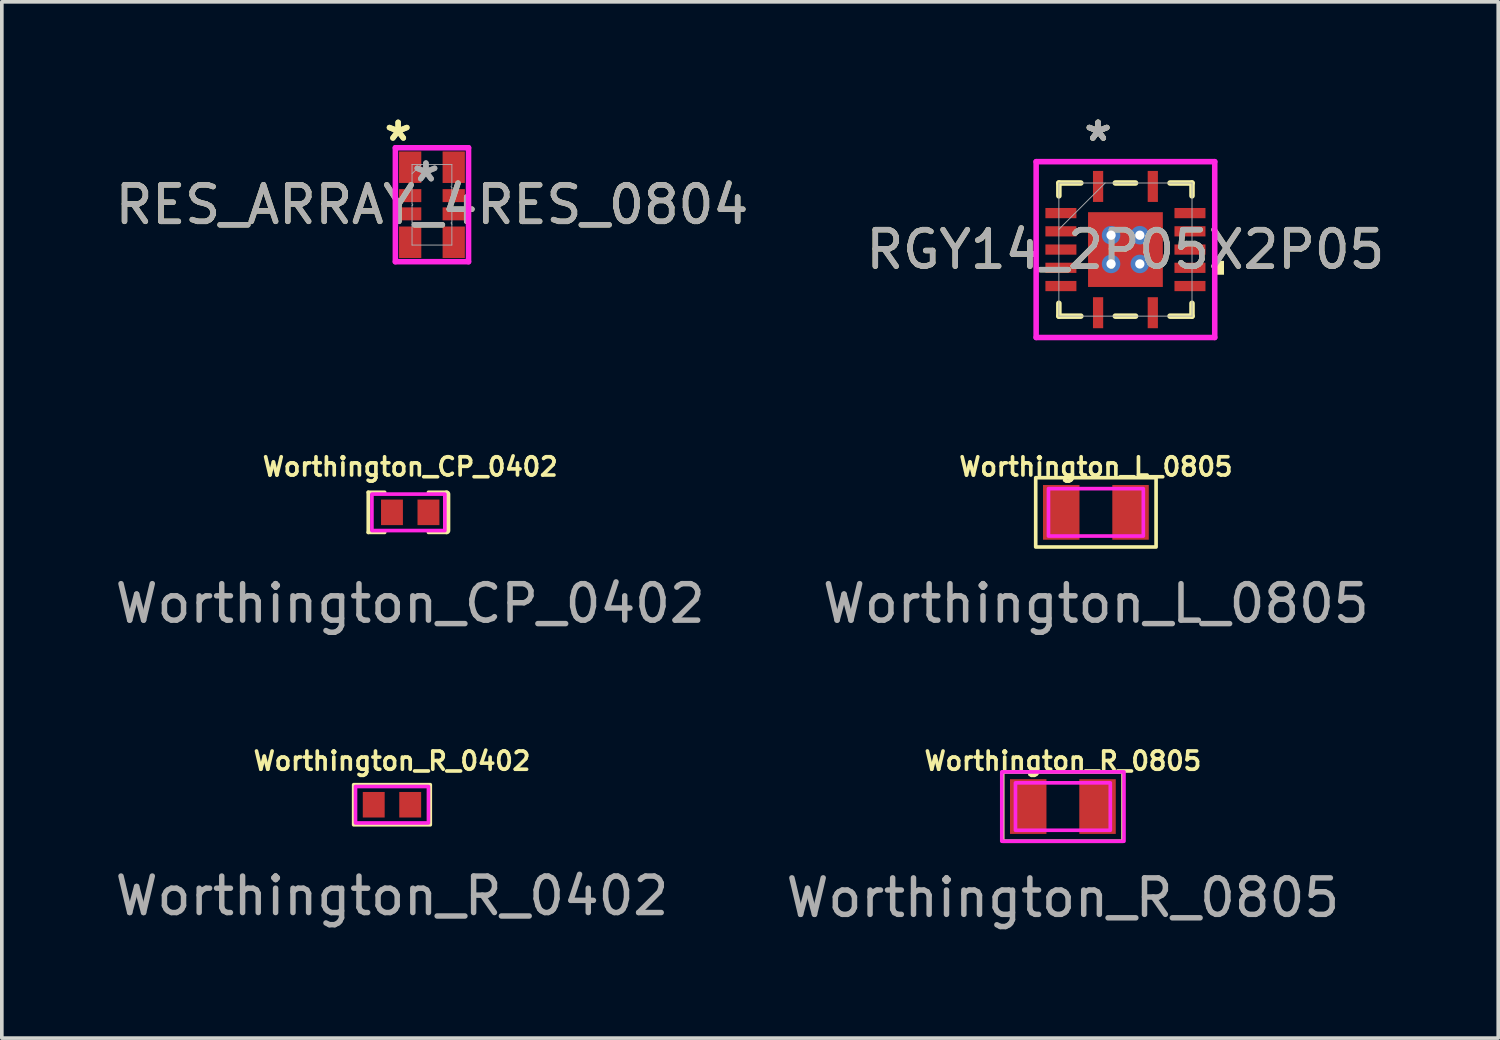
<source format=kicad_pcb>
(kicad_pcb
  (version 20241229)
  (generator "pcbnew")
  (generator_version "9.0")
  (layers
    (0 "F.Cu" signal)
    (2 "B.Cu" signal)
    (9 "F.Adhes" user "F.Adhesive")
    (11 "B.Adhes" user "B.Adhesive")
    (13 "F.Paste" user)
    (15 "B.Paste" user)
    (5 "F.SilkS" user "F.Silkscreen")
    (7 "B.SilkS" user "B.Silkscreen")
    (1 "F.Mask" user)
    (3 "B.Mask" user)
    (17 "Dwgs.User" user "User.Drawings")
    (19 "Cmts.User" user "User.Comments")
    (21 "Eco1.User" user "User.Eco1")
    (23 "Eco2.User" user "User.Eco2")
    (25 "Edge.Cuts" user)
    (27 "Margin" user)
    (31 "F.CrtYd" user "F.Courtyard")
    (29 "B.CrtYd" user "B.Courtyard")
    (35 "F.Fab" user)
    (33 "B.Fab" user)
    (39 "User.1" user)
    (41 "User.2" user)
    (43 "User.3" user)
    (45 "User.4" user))
  (footprint "RES_ARRAY_4RES_0804"
    (layer "F.Cu")
    (at 8.792 2.563)
    (property "Reference" "RES_ARRAY_4RES_0804" (at 0 0 0) (unlocked yes) (layer "F.SilkS") (effects (font (size 1 1) (thickness 0.15))))
    (attr smd)
    (fp_line (start -1.003 -1.562) (end 1.003 -1.562) (stroke (width 0.152) (type solid)) (layer "F.CrtYd"))
    (fp_line (start -1.003 1.562) (end -1.003 -1.562) (stroke (width 0.152) (type solid)) (layer "F.CrtYd"))
    (fp_line (start 1.003 -1.562) (end 1.003 1.562) (stroke (width 0.152) (type solid)) (layer "F.CrtYd"))
    (fp_line (start 1.003 1.562) (end -1.003 1.562) (stroke (width 0.152) (type solid)) (layer "F.CrtYd"))
    (fp_line (start -0.546 -1.105) (end 0.546 -1.105) (stroke (width 0.025) (type solid)) (layer "F.Fab"))
    (fp_line (start -0.546 -0.546) (end -0.546 -1.105) (stroke (width 0.025) (type solid)) (layer "F.Fab"))
    (fp_line (start -0.546 -0.479) (end -0.546 -0.021) (stroke (width 0.025) (type solid)) (layer "F.Fab"))
    (fp_line (start -0.546 0.021) (end -0.546 0.479) (stroke (width 0.025) (type solid)) (layer "F.Fab"))
    (fp_line (start -0.546 0.521) (end -0.546 0.546) (stroke (width 0.025) (type solid)) (layer "F.Fab"))
    (fp_line (start -0.546 0.546) (end -0.546 1.105) (stroke (width 0.025) (type solid)) (layer "F.Fab"))
    (fp_line (start -0.546 1.105) (end 0.546 1.105) (stroke (width 0.025) (type solid)) (layer "F.Fab"))
    (fp_line (start -0.292 -1.105) (end -0.546 -0.851) (stroke (width 0.025) (type solid)) (layer "F.Fab"))
    (fp_line (start 0.546 -0.546) (end 0.546 -1.105) (stroke (width 0.025) (type solid)) (layer "F.Fab"))
    (fp_line (start 0.546 -0.479) (end 0.546 -0.021) (stroke (width 0.025) (type solid)) (layer "F.Fab"))
    (fp_line (start 0.546 0.021) (end 0.546 0.479) (stroke (width 0.025) (type solid)) (layer "F.Fab"))
    (fp_line (start 0.546 0.521) (end 0.546 0.546) (stroke (width 0.025) (type solid)) (layer "F.Fab"))
    (fp_line (start 0.546 0.546) (end 0.546 1.105) (stroke (width 0.025) (type solid)) (layer "F.Fab"))
    (fp_arc (start -0.5461 -0.521398) (mid -0.524701 -0.499999) (end -0.5461 -0.4786) (stroke (width 0.0254) (type solid)) (layer "F.Fab"))
    (fp_arc (start -0.5461 -0.021399) (mid -0.524701 0) (end -0.5461 0.021399) (stroke (width 0.0254) (type solid)) (layer "F.Fab"))
    (fp_arc (start -0.5461 0.4786) (mid -0.524701 0.499999) (end -0.5461 0.521398) (stroke (width 0.0254) (type solid)) (layer "F.Fab"))
    (fp_arc (start 0.5461 -0.4786) (mid 0.524701 -0.499999) (end 0.5461 -0.521398) (stroke (width 0.0254) (type solid)) (layer "F.Fab"))
    (fp_arc (start 0.5461 0.021399) (mid 0.524701 0) (end 0.5461 -0.021399) (stroke (width 0.0254) (type solid)) (layer "F.Fab"))
    (fp_arc (start 0.5461 0.521398) (mid 0.524701 0.499999) (end 0.5461 0.4786) (stroke (width 0.0254) (type solid)) (layer "F.Fab"))
    (fp_text user "*" (at -0.927 -1.714 0) (layer "F.SilkS") (effects (font (size 1 1) (thickness 0.15))))
    (fp_text user "*" (at -0.927 -1.714 0) (unlocked yes) (layer "F.SilkS") (effects (font (size 1 1) (thickness 0.15))))
    (fp_text user "*" (at -0.165 -0.597 0) (layer "F.Fab") (effects (font (size 1 1) (thickness 0.15))))
    (fp_text user "*" (at -0.165 -0.597 0) (unlocked yes) (layer "F.Fab") (effects (font (size 1 1) (thickness 0.15))))
    (fp_text user "${REFERENCE}" (at 0 0 0) (unlocked yes) (layer "F.Fab") (effects (font (size 1 1) (thickness 0.15))))
    (pad "1" smd rect (at -0.597 -1.029) (size 0.61 0.864) (layers "F.Cu" "F.Mask" "F.Paste"))
    (pad "2" smd rect (at -0.597 -0.25) (size 0.61 0.356) (layers "F.Cu" "F.Mask" "F.Paste"))
    (pad "3" smd rect (at -0.597 0.25) (size 0.61 0.356) (layers "F.Cu" "F.Mask" "F.Paste"))
    (pad "4" smd rect (at -0.597 1.029) (size 0.61 0.864) (layers "F.Cu" "F.Mask" "F.Paste"))
    (pad "5" smd rect (at 0.597 1.029) (size 0.61 0.864) (layers "F.Cu" "F.Mask" "F.Paste"))
    (pad "6" smd rect (at 0.597 0.25) (size 0.61 0.356) (layers "F.Cu" "F.Mask" "F.Paste"))
    (pad "7" smd rect (at 0.597 -0.25) (size 0.61 0.356) (layers "F.Cu" "F.Mask" "F.Paste"))
    (pad "8" smd rect (at 0.597 -1.029) (size 0.61 0.864) (layers "F.Cu" "F.Mask" "F.Paste")))
  (footprint "Worthington_CP_0402"
    (layer "F.Cu")
    (at 8.196 10.996)
    (property "Reference" "Worthington_CP_0402" (at 0 -1.25 0) (unlocked yes) (layer "F.SilkS") (effects (font (size 0.5 0.5) (thickness 0.1))))
    (attr through_hole)
    (fp_line (start -1.15 -0.55) (end -1.15 0.55) (stroke (width 0.1) (type default)) (layer "F.SilkS"))
    (fp_line (start -1.15 0.55) (end -0.7 0.55) (stroke (width 0.1) (type default)) (layer "F.SilkS"))
    (fp_line (start -0.7 -0.55) (end -1.15 -0.55) (stroke (width 0.1) (type default)) (layer "F.SilkS"))
    (fp_line (start 0.5 0.55) (end 1 0.55) (stroke (width 0.1) (type default)) (layer "F.SilkS"))
    (fp_line (start 1 -0.55) (end 0.5 -0.55) (stroke (width 0.1) (type default)) (layer "F.SilkS"))
    (fp_line (start 1 0.5) (end 1 -0.5) (stroke (width 0.2) (type solid)) (layer "F.SilkS"))
    (fp_rect (start -1.05 -0.5) (end 0.95 0.5) (stroke (width 0.1) (type solid)) (fill no) (layer "F.CrtYd"))
    (fp_text user "${REFERENCE}" (at 0 2.5 0) (unlocked yes) (layer "F.Fab") (effects (font (size 1 1) (thickness 0.15))))
    (pad "1" smd rect (at -0.5 0) (size 0.6 0.7) (layers "F.Cu" "F.Mask" "F.Paste"))
    (pad "2" smd rect (at 0.5 0) (size 0.6 0.7) (layers "F.Cu" "F.Mask" "F.Paste")))
  (footprint "Worthington_R_0805"
    (layer "F.Cu")
    (at 26.089 19.062)
    (property "Reference" "Worthington_R_0805" (at 0 -1.25 0) (unlocked yes) (layer "F.SilkS") (effects (font (size 0.5 0.5) (thickness 0.1))))
    (attr through_hole)
    (fp_rect (start -1.65 -0.95) (end 1.65 0.95) (stroke (width 0.1) (type solid)) (fill no) (layer "F.SilkS"))
    (fp_rect (start -1.675 -0.95) (end 1.675 0.95) (stroke (width 0.1) (type solid)) (fill no) (layer "F.CrtYd"))
    (fp_rect (start -1.3 -0.65) (end 1.3 0.65) (stroke (width 0.1) (type solid)) (fill no) (layer "F.CrtYd"))
    (fp_text user "${REFERENCE}" (at 0 2.5 0) (unlocked yes) (layer "F.Fab") (effects (font (size 1 1) (thickness 0.15))))
    (pad "1" smd rect (at -0.95 0) (size 1 1.5) (layers "F.Cu" "F.Mask" "F.Paste"))
    (pad "2" smd rect (at 0.95 0) (size 1 1.5) (layers "F.Cu" "F.Mask" "F.Paste")))
  (footprint "Worthington_R_0402"
    (layer "F.Cu")
    (at 7.696 19.012)
    (property "Reference" "Worthington_R_0402" (at 0 -1.2 0) (unlocked yes) (layer "F.SilkS") (effects (font (size 0.5 0.5) (thickness 0.1))))
    (attr through_hole)
    (fp_rect (start -1.05 -0.55) (end 1.05 0.55) (stroke (width 0.1) (type solid)) (fill no) (layer "F.SilkS"))
    (fp_rect (start -1 -0.5) (end 1 0.5) (stroke (width 0.1) (type solid)) (fill no) (layer "F.CrtYd"))
    (fp_text user "${REFERENCE}" (at 0 2.5 0) (unlocked yes) (layer "F.Fab") (effects (font (size 1 1) (thickness 0.15))))
    (pad "1" smd rect (at -0.5 0) (size 0.6 0.7) (layers "F.Cu" "F.Mask" "F.Paste"))
    (pad "2" smd rect (at 0.5 0) (size 0.6 0.7) (layers "F.Cu" "F.Mask" "F.Paste")))
  (footprint "Worthington_L_0805"
    (layer "F.Cu")
    (at 26.994 10.996)
    (property "Reference" "Worthington_L_0805" (at 0 -1.25 0) (unlocked yes) (layer "F.SilkS") (effects (font (size 0.5 0.5) (thickness 0.1))))
    (attr through_hole)
    (fp_rect (start -1.65 -0.95) (end 1.65 0.95) (stroke (width 0.1) (type solid)) (fill no) (layer "F.SilkS"))
    (fp_rect (start -1.3 -0.65) (end 1.3 0.65) (stroke (width 0.1) (type solid)) (fill no) (layer "F.CrtYd"))
    (fp_text user "${REFERENCE}" (at 0 2.5 0) (unlocked yes) (layer "F.Fab") (effects (font (size 1 1) (thickness 0.15))))
    (pad "1" smd rect (at -0.95 0) (size 1 1.5) (layers "F.Cu" "F.Mask" "F.Paste"))
    (pad "2" smd rect (at 0.95 0) (size 1 1.5) (layers "F.Cu" "F.Mask" "F.Paste")))
  (footprint "RGY14_2P05X2P05"
    (layer "F.Cu")
    (at 27.804 3.792)
    (property "Reference" "RGY14_2P05X2P05" (at 0 0 0) (unlocked yes) (layer "F.SilkS") (effects (font (size 1 1) (thickness 0.15))))
    (attr smd)
    (fp_poly (pts (xy -2.264 -1.21) (xy -2.264 -0.79) (xy -1.274 -0.79) (xy -1.274 -1.21)) (stroke (width 0) (type solid)) (fill yes) (layer "F.Mask"))
    (fp_poly (pts (xy -2.264 -0.71) (xy -2.264 -0.29) (xy -1.274 -0.29) (xy -1.274 -0.71)) (stroke (width 0) (type solid)) (fill yes) (layer "F.Mask"))
    (fp_poly (pts (xy -2.264 -0.21) (xy -2.264 0.21) (xy -1.274 0.21) (xy -1.274 -0.21)) (stroke (width 0) (type solid)) (fill yes) (layer "F.Mask"))
    (fp_poly (pts (xy -2.264 0.29) (xy -2.264 0.71) (xy -1.274 0.71) (xy -1.274 0.29)) (stroke (width 0) (type solid)) (fill yes) (layer "F.Mask"))
    (fp_poly (pts (xy -2.264 0.79) (xy -2.264 1.21) (xy -1.274 1.21) (xy -1.274 0.79)) (stroke (width 0) (type solid)) (fill yes) (layer "F.Mask"))
    (fp_poly (pts (xy -1.089 -1.089) (xy -0.594 -1.089) (xy -0.594 1.089) (xy -1.089 1.089)) (stroke (width 0) (type solid)) (fill yes) (layer "F.Mask"))
    (fp_poly (pts (xy -1.089 -1.089) (xy 1.089 -1.089) (xy 1.089 -0.594) (xy -1.089 -0.594)) (stroke (width 0) (type solid)) (fill yes) (layer "F.Mask"))
    (fp_poly (pts (xy -1.089 -0.194) (xy 1.089 -0.194) (xy 1.089 0.194) (xy -1.089 0.194)) (stroke (width 0) (type solid)) (fill yes) (layer "F.Mask"))
    (fp_poly (pts (xy -1.089 0.594) (xy 1.089 0.594) (xy 1.089 1.089) (xy -1.089 1.089)) (stroke (width 0) (type solid)) (fill yes) (layer "F.Mask"))
    (fp_poly (pts (xy -0.96 -2.226) (xy -0.96 -1.236) (xy -0.54 -1.236) (xy -0.54 -2.226)) (stroke (width 0) (type solid)) (fill yes) (layer "F.Mask"))
    (fp_poly (pts (xy -0.96 1.236) (xy -0.96 2.226) (xy -0.54 2.226) (xy -0.54 1.236)) (stroke (width 0) (type solid)) (fill yes) (layer "F.Mask"))
    (fp_poly (pts (xy 0.194 -1.089) (xy -0.194 -1.089) (xy -0.194 1.089) (xy 0.194 1.089)) (stroke (width 0) (type solid)) (fill yes) (layer "F.Mask"))
    (fp_poly (pts (xy 0.54 -2.226) (xy 0.54 -1.236) (xy 0.96 -1.236) (xy 0.96 -2.226)) (stroke (width 0) (type solid)) (fill yes) (layer "F.Mask"))
    (fp_poly (pts (xy 0.54 1.236) (xy 0.54 2.226) (xy 0.96 2.226) (xy 0.96 1.236)) (stroke (width 0) (type solid)) (fill yes) (layer "F.Mask"))
    (fp_poly (pts (xy 0.594 -1.089) (xy 1.089 -1.089) (xy 1.089 1.089) (xy 0.594 1.089)) (stroke (width 0) (type solid)) (fill yes) (layer "F.Mask"))
    (fp_poly (pts (xy 1.274 -1.21) (xy 1.274 -0.79) (xy 2.264 -0.79) (xy 2.264 -1.21)) (stroke (width 0) (type solid)) (fill yes) (layer "F.Mask"))
    (fp_poly (pts (xy 1.274 -0.71) (xy 1.274 -0.29) (xy 2.264 -0.29) (xy 2.264 -0.71)) (stroke (width 0) (type solid)) (fill yes) (layer "F.Mask"))
    (fp_poly (pts (xy 1.274 -0.21) (xy 1.274 0.21) (xy 2.264 0.21) (xy 2.264 -0.21)) (stroke (width 0) (type solid)) (fill yes) (layer "F.Mask"))
    (fp_poly (pts (xy 1.274 0.29) (xy 1.274 0.71) (xy 2.264 0.71) (xy 2.264 0.29)) (stroke (width 0) (type solid)) (fill yes) (layer "F.Mask"))
    (fp_poly (pts (xy 1.274 0.79) (xy 1.274 1.21) (xy 2.264 1.21) (xy 2.264 0.79)) (stroke (width 0) (type solid)) (fill yes) (layer "F.Mask"))
    (fp_line (start -1.825 -1.825) (end -1.825 -1.473) (stroke (width 0.152) (type solid)) (layer "F.SilkS"))
    (fp_line (start -1.825 1.473) (end -1.825 1.825) (stroke (width 0.152) (type solid)) (layer "F.SilkS"))
    (fp_line (start -1.825 1.825) (end -1.223 1.825) (stroke (width 0.152) (type solid)) (layer "F.SilkS"))
    (fp_line (start -1.223 -1.825) (end -1.825 -1.825) (stroke (width 0.152) (type solid)) (layer "F.SilkS"))
    (fp_line (start -0.277 1.825) (end 0.277 1.825) (stroke (width 0.152) (type solid)) (layer "F.SilkS"))
    (fp_line (start 0.277 -1.825) (end -0.277 -1.825) (stroke (width 0.152) (type solid)) (layer "F.SilkS"))
    (fp_line (start 1.223 1.825) (end 1.825 1.825) (stroke (width 0.152) (type solid)) (layer "F.SilkS"))
    (fp_line (start 1.825 -1.825) (end 1.223 -1.825) (stroke (width 0.152) (type solid)) (layer "F.SilkS"))
    (fp_line (start 1.825 -1.473) (end 1.825 -1.825) (stroke (width 0.152) (type solid)) (layer "F.SilkS"))
    (fp_line (start 1.825 1.825) (end 1.825 1.473) (stroke (width 0.152) (type solid)) (layer "F.SilkS"))
    (fp_poly (pts (xy 2.702 0.309) (xy 2.702 0.69) (xy 2.448 0.69) (xy 2.448 0.309)) (stroke (width 0) (type solid)) (fill yes) (layer "F.SilkS"))
    (fp_poly (pts (xy -2.143 -1.089) (xy -2.143 -0.911) (xy -1.395 -0.911) (xy -1.395 -1.089)) (stroke (width 0) (type solid)) (fill yes) (layer "F.Paste"))
    (fp_poly (pts (xy -2.143 -0.589) (xy -2.143 -0.411) (xy -1.395 -0.411) (xy -1.395 -0.589)) (stroke (width 0) (type solid)) (fill yes) (layer "F.Paste"))
    (fp_poly (pts (xy -2.143 -0.089) (xy -2.143 0.089) (xy -1.395 0.089) (xy -1.395 -0.089)) (stroke (width 0) (type solid)) (fill yes) (layer "F.Paste"))
    (fp_poly (pts (xy -2.143 0.411) (xy -2.143 0.589) (xy -1.395 0.589) (xy -1.395 0.411)) (stroke (width 0) (type solid)) (fill yes) (layer "F.Paste"))
    (fp_poly (pts (xy -2.143 0.911) (xy -2.143 1.089) (xy -1.395 1.089) (xy -1.395 0.911)) (stroke (width 0) (type solid)) (fill yes) (layer "F.Paste"))
    (fp_poly (pts (xy -0.839 -2.105) (xy -0.839 -1.357) (xy -0.661 -1.357) (xy -0.661 -2.105)) (stroke (width 0) (type solid)) (fill yes) (layer "F.Paste"))
    (fp_poly (pts (xy -0.839 1.357) (xy -0.839 2.105) (xy -0.661 2.105) (xy -0.661 1.357)) (stroke (width 0) (type solid)) (fill yes) (layer "F.Paste"))
    (fp_poly (pts (xy 0.661 -2.105) (xy 0.661 -1.357) (xy 0.839 -1.357) (xy 0.839 -2.105)) (stroke (width 0) (type solid)) (fill yes) (layer "F.Paste"))
    (fp_poly (pts (xy 0.661 1.357) (xy 0.661 2.105) (xy 0.839 2.105) (xy 0.839 1.357)) (stroke (width 0) (type solid)) (fill yes) (layer "F.Paste"))
    (fp_poly (pts (xy 1.395 -1.089) (xy 1.395 -0.911) (xy 2.143 -0.911) (xy 2.143 -1.089)) (stroke (width 0) (type solid)) (fill yes) (layer "F.Paste"))
    (fp_poly (pts (xy 1.395 -0.589) (xy 1.395 -0.411) (xy 2.143 -0.411) (xy 2.143 -0.589)) (stroke (width 0) (type solid)) (fill yes) (layer "F.Paste"))
    (fp_poly (pts (xy 1.395 -0.089) (xy 1.395 0.089) (xy 2.143 0.089) (xy 2.143 -0.089)) (stroke (width 0) (type solid)) (fill yes) (layer "F.Paste"))
    (fp_poly (pts (xy 1.395 0.411) (xy 1.395 0.589) (xy 2.143 0.589) (xy 2.143 0.411)) (stroke (width 0) (type solid)) (fill yes) (layer "F.Paste"))
    (fp_poly (pts (xy 1.395 0.911) (xy 1.395 1.089) (xy 2.143 1.089) (xy 2.143 0.911)) (stroke (width 0) (type solid)) (fill yes) (layer "F.Paste"))
    (fp_poly (pts (xy -0.95 -0.95) (xy -0.95 -0.494) (xy -0.635 -0.494) (xy -0.494 -0.635) (xy -0.494 -0.95)) (stroke (width 0) (type solid)) (fill yes) (layer "F.Paste"))
    (fp_poly (pts (xy -0.95 0.494) (xy -0.95 0.95) (xy -0.494 0.95) (xy -0.494 0.635) (xy -0.635 0.494)) (stroke (width 0) (type solid)) (fill yes) (layer "F.Paste"))
    (fp_poly (pts (xy 0.494 -0.95) (xy 0.494 -0.635) (xy 0.635 -0.494) (xy 0.95 -0.494) (xy 0.95 -0.95)) (stroke (width 0) (type solid)) (fill yes) (layer "F.Paste"))
    (fp_poly (pts (xy 0.635 0.494) (xy 0.494 0.635) (xy 0.494 0.95) (xy 0.95 0.95) (xy 0.95 0.494)) (stroke (width 0) (type solid)) (fill yes) (layer "F.Paste"))
    (fp_poly (pts (xy -0.95 -0.294) (xy -0.95 0.294) (xy -0.635 0.294) (xy -0.494 0.152) (xy -0.494 -0.152) (xy -0.635 -0.294)) (stroke (width 0) (type solid)) (fill yes) (layer "F.Paste"))
    (fp_poly (pts (xy -0.294 -0.95) (xy -0.294 -0.635) (xy -0.152 -0.494) (xy 0.152 -0.494) (xy 0.294 -0.635) (xy 0.294 -0.95)) (stroke (width 0) (type solid)) (fill yes) (layer "F.Paste"))
    (fp_poly (pts (xy -0.152 0.494) (xy -0.294 0.635) (xy -0.294 0.95) (xy 0.294 0.95) (xy 0.294 0.635) (xy 0.152 0.494)) (stroke (width 0) (type solid)) (fill yes) (layer "F.Paste"))
    (fp_poly (pts (xy 0.635 -0.294) (xy 0.494 -0.152) (xy 0.494 0.152) (xy 0.635 0.294) (xy 0.95 0.294) (xy 0.95 -0.294)) (stroke (width 0) (type solid)) (fill yes) (layer "F.Paste"))
    (fp_poly (pts (xy -0.152 -0.294) (xy -0.294 -0.152) (xy -0.294 0.152) (xy -0.152 0.294) (xy 0.152 0.294) (xy 0.294 0.152) (xy 0.294 -0.152) (xy 0.152 -0.294)) (stroke (width 0) (type solid)) (fill yes) (layer "F.Paste"))
    (fp_line (start -2.448 -2.41) (end 2.448 -2.41) (stroke (width 0.152) (type solid)) (layer "F.CrtYd"))
    (fp_line (start -2.448 2.41) (end -2.448 -2.41) (stroke (width 0.152) (type solid)) (layer "F.CrtYd"))
    (fp_line (start 2.448 -2.41) (end 2.448 2.41) (stroke (width 0.152) (type solid)) (layer "F.CrtYd"))
    (fp_line (start 2.448 2.41) (end -2.448 2.41) (stroke (width 0.152) (type solid)) (layer "F.CrtYd"))
    (fp_line (start -1.825 -1.825) (end -1.825 1.825) (stroke (width 0.025) (type solid)) (layer "F.Fab"))
    (fp_line (start -1.825 -0.555) (end -0.555 -1.825) (stroke (width 0.025) (type solid)) (layer "F.Fab"))
    (fp_line (start -1.825 1.825) (end 1.825 1.825) (stroke (width 0.025) (type solid)) (layer "F.Fab"))
    (fp_line (start 1.825 -1.825) (end -1.825 -1.825) (stroke (width 0.025) (type solid)) (layer "F.Fab"))
    (fp_line (start 1.825 1.825) (end 1.825 -1.825) (stroke (width 0.025) (type solid)) (layer "F.Fab"))
    (fp_text user "*" (at -0.75 -2.943 0) (layer "F.SilkS") (effects (font (size 1 1) (thickness 0.15))))
    (fp_text user "*" (at -0.75 -2.943 0) (unlocked yes) (layer "F.SilkS") (effects (font (size 1 1) (thickness 0.15))))
    (fp_text user "*" (at -0.75 -2.943 0) (layer "F.Fab") (effects (font (size 1 1) (thickness 0.15))))
    (fp_text user "${REFERENCE}" (at 0 0 0) (unlocked yes) (layer "F.Fab") (effects (font (size 1 1) (thickness 0.15))))
    (fp_text user "*" (at -0.75 -2.943 0) (unlocked yes) (layer "F.Fab") (effects (font (size 1 1) (thickness 0.15))))
    (pad "1" smd rect (at -0.75 -1.731) (size 0.28 0.85) (layers "F.Cu" "F.Mask"))
    (pad "2" smd rect (at -1.769 -1 90) (size 0.28 0.85) (layers "F.Cu" "F.Mask"))
    (pad "3" smd rect (at -1.769 -0.5 90) (size 0.28 0.85) (layers "F.Cu" "F.Mask"))
    (pad "4" smd rect (at -1.769 0 90) (size 0.28 0.85) (layers "F.Cu" "F.Mask"))
    (pad "5" smd rect (at -1.769 0.5 90) (size 0.28 0.85) (layers "F.Cu" "F.Mask"))
    (pad "6" smd rect (at -1.769 1 90) (size 0.28 0.85) (layers "F.Cu" "F.Mask"))
    (pad "7" smd rect (at -0.75 1.731) (size 0.28 0.85) (layers "F.Cu" "F.Mask"))
    (pad "8" smd rect (at 0.75 1.731) (size 0.28 0.85) (layers "F.Cu" "F.Mask"))
    (pad "9" smd rect (at 1.769 1 90) (size 0.28 0.85) (layers "F.Cu" "F.Mask"))
    (pad "10" smd rect (at 1.769 0.5 90) (size 0.28 0.85) (layers "F.Cu" "F.Mask"))
    (pad "11" smd rect (at 1.769 0 90) (size 0.28 0.85) (layers "F.Cu" "F.Mask"))
    (pad "12" smd rect (at 1.769 -0.5 90) (size 0.28 0.85) (layers "F.Cu" "F.Mask"))
    (pad "13" smd rect (at 1.769 -1 90) (size 0.28 0.85) (layers "F.Cu" "F.Mask"))
    (pad "14" smd rect (at 0.75 -1.731) (size 0.28 0.85) (layers "F.Cu" "F.Mask"))
    (pad "15" thru_hole circle (at -0.394 -0.394) (size 0.508 0.508) (drill 0.254) (layers "*.Cu" "*.Mask"))
    (pad "15" thru_hole circle (at -0.394 0.394) (size 0.508 0.508) (drill 0.254) (layers "*.Cu" "*.Mask"))
    (pad "15" smd rect (at 0 0) (size 2.05 2.05) (layers "F.Cu"))
    (pad "15" thru_hole circle (at 0.394 -0.394) (size 0.508 0.508) (drill 0.254) (layers "*.Cu" "*.Mask"))
    (pad "15" thru_hole circle (at 0.394 0.394) (size 0.508 0.508) (drill 0.254) (layers "*.Cu" "*.Mask")))
  (gr_rect
    (start -3 -3)
    (end 38.024 25.41)
    (stroke (width 0.1) (type default))
    (fill no)
    (layer "Edge.Cuts")))
</source>
